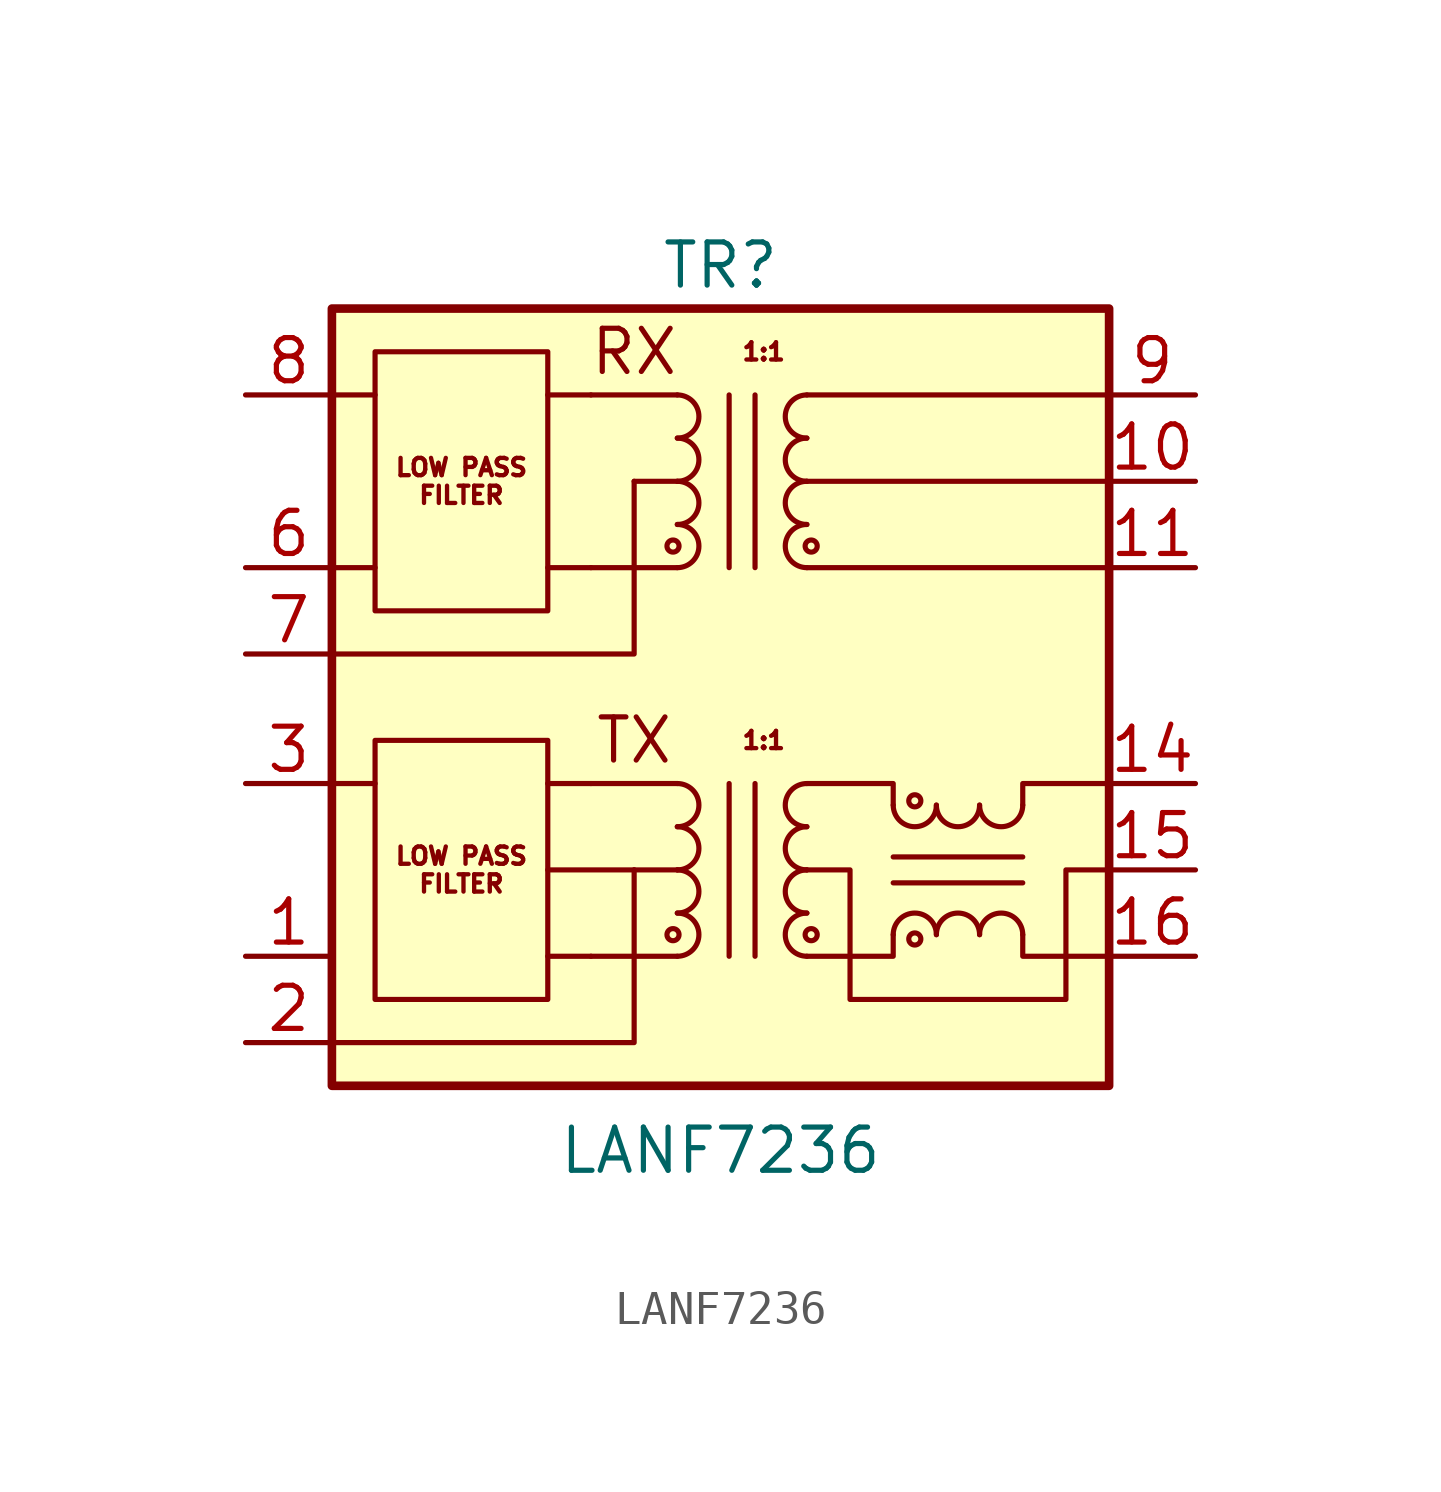
<source format=kicad_sym>
(kicad_symbol_lib
  (version 20220914)
  (generator kicad_symbol_editor)
  (symbol "LANF7236"
    (pin_names hide)
    (property "Reference" "TR"
      (at 0 11.43 0)
      (effects (font (size 1.27 1.27))))
    (property "Value" "LANF7236"
      (at 0 -14.605 0)
      (effects (font (size 1.27 1.27))))
    (symbol "LANF7236_0_1"
      (rectangle (start -11.43 10.16) (end 11.43 -12.7) (stroke (width 0.254) (type default)) (fill (type background)))
      (circle (center -1.397 3.175) (radius 0.178) (stroke (width 0) (type default)) (fill (type none)))
      (arc (start -1.27 6.35) (mid -0.6377 6.985) (end -1.27 7.62) (stroke (width 0) (type default)) (fill (type none)))
      (polyline (pts (xy -5.08 -6.35) (xy -2.54 -6.35)) (stroke (width 0) (type default)) (fill (type none)))
      (polyline (pts (xy -1.27 2.54) (xy -3.81 2.54)) (stroke (width 0) (type default)) (fill (type none)))
      (polyline (pts (xy -1.27 7.62) (xy -3.81 7.62)) (stroke (width 0) (type default)) (fill (type none)))
      (polyline (pts (xy 0.254 -3.81) (xy 0.254 -8.89)) (stroke (width 0) (type default)) (fill (type none)))
      (polyline (pts (xy 0.254 2.54) (xy 0.254 7.62)) (stroke (width 0) (type default)) (fill (type none)))
      (polyline (pts (xy 1.016 -8.89) (xy 1.016 -3.81)) (stroke (width 0) (type default)) (fill (type none)))
      (polyline (pts (xy 1.016 7.62) (xy 1.016 2.54)) (stroke (width 0) (type default)) (fill (type none)))
      (polyline (pts (xy 2.54 2.54) (xy 11.43 2.54)) (stroke (width 0) (type default)) (fill (type none)))
      (polyline (pts (xy 11.43 7.62) (xy 2.54 7.62)) (stroke (width 0) (type default)) (fill (type none))))
    (symbol "LANF7236_1_1"
      (rectangle (start -10.16 -2.54) (end -5.08 -10.16) (stroke (width 0) (type default)) (fill (type none)))
      (rectangle (start -10.16 8.89) (end -5.08 1.27) (stroke (width 0) (type default)) (fill (type none)))
      (circle (center -1.397 -8.255) (radius 0.178) (stroke (width 0) (type default)) (fill (type none)))
      (arc (start -1.27 -8.89) (mid -0.6377 -8.255) (end -1.27 -7.62) (stroke (width 0) (type default)) (fill (type none)))
      (arc (start -1.27 -7.62) (mid -0.6377 -6.985) (end -1.27 -6.35) (stroke (width 0) (type default)) (fill (type none)))
      (arc (start -1.27 -6.35) (mid -0.6377 -5.715) (end -1.27 -5.08) (stroke (width 0) (type default)) (fill (type none)))
      (arc (start -1.27 -5.08) (mid -0.6377 -4.445) (end -1.27 -3.81) (stroke (width 0) (type default)) (fill (type none)))
      (arc (start -1.27 2.54) (mid -0.6377 3.175) (end -1.27 3.81) (stroke (width 0) (type default)) (fill (type none)))
      (arc (start -1.27 3.81) (mid -0.6377 4.445) (end -1.27 5.08) (stroke (width 0) (type default)) (fill (type none)))
      (arc (start -1.27 5.08) (mid -0.6377 5.715) (end -1.27 6.35) (stroke (width 0) (type default)) (fill (type none)))
      (polyline (pts (xy -11.43 2.54) (xy -10.16 2.54)) (stroke (width 0) (type default)) (fill (type none)))
      (polyline (pts (xy -11.43 7.62) (xy -10.16 7.62)) (stroke (width 0) (type default)) (fill (type none)))
      (polyline (pts (xy -10.16 -3.81) (xy -11.43 -3.81)) (stroke (width 0) (type default)) (fill (type none)))
      (polyline (pts (xy -3.81 -8.89) (xy -5.08 -8.89)) (stroke (width 0) (type default)) (fill (type none)))
      (polyline (pts (xy -3.81 -3.81) (xy -5.08 -3.81)) (stroke (width 0) (type default)) (fill (type none)))
      (polyline (pts (xy -3.81 2.54) (xy -5.08 2.54)) (stroke (width 0) (type default)) (fill (type none)))
      (polyline (pts (xy -3.81 7.62) (xy -5.08 7.62)) (stroke (width 0) (type default)) (fill (type none)))
      (polyline (pts (xy -2.54 -6.35) (xy -1.27 -6.35)) (stroke (width 0) (type default)) (fill (type none)))
      (polyline (pts (xy -2.54 5.08) (xy -1.27 5.08)) (stroke (width 0) (type default)) (fill (type none)))
      (polyline (pts (xy -1.27 -8.89) (xy -3.81 -8.89)) (stroke (width 0) (type default)) (fill (type none)))
      (polyline (pts (xy -1.27 -3.81) (xy -3.81 -3.81)) (stroke (width 0) (type default)) (fill (type none)))
      (polyline (pts (xy 2.54 5.08) (xy 11.43 5.08)) (stroke (width 0) (type default)) (fill (type none)))
      (polyline (pts (xy 5.08 -6.731) (xy 8.89 -6.731)) (stroke (width 0) (type default)) (fill (type none)))
      (polyline (pts (xy 5.08 -5.969) (xy 8.89 -5.969)) (stroke (width 0) (type default)) (fill (type none)))
      (polyline (pts (xy -11.43 -11.43) (xy -2.54 -11.43) (xy -2.54 -6.35)) (stroke (width 0) (type default)) (fill (type none)))
      (polyline (pts (xy -11.43 0) (xy -2.54 0) (xy -2.54 5.08)) (stroke (width 0) (type default)) (fill (type none)))
      (polyline (pts (xy 2.54 -8.89) (xy 5.08 -8.89) (xy 5.08 -8.255)) (stroke (width 0) (type default)) (fill (type none)))
      (polyline (pts (xy 5.08 -4.445) (xy 5.08 -3.81) (xy 2.54 -3.81)) (stroke (width 0) (type default)) (fill (type none)))
      (polyline (pts (xy 8.89 -8.255) (xy 8.89 -8.89) (xy 11.43 -8.89)) (stroke (width 0) (type default)) (fill (type none)))
      (polyline (pts (xy 8.89 -4.445) (xy 8.89 -3.81) (xy 11.43 -3.81)) (stroke (width 0) (type default)) (fill (type none)))
      (polyline (pts (xy 11.43 -6.35) (xy 10.16 -6.35) (xy 10.16 -10.16) (xy 3.81 -10.16) (xy 3.81 -6.35) (xy 2.54 -6.35)) (stroke (width 0) (type default)) (fill (type none)))
      (arc (start 2.54 -7.62) (mid 1.9077 -8.255) (end 2.54 -8.89) (stroke (width 0) (type default)) (fill (type none)))
      (arc (start 2.54 -6.35) (mid 1.9077 -6.985) (end 2.54 -7.62) (stroke (width 0) (type default)) (fill (type none)))
      (arc (start 2.54 -5.08) (mid 1.9077 -5.715) (end 2.54 -6.35) (stroke (width 0) (type default)) (fill (type none)))
      (arc (start 2.54 -3.81) (mid 1.9077 -4.445) (end 2.54 -5.08) (stroke (width 0) (type default)) (fill (type none)))
      (arc (start 2.54 3.81) (mid 1.9077 3.175) (end 2.54 2.54) (stroke (width 0) (type default)) (fill (type none)))
      (arc (start 2.54 5.08) (mid 1.9077 4.445) (end 2.54 3.81) (stroke (width 0) (type default)) (fill (type none)))
      (arc (start 2.54 6.35) (mid 1.9077 5.715) (end 2.54 5.08) (stroke (width 0) (type default)) (fill (type none)))
      (arc (start 2.54 7.62) (mid 1.9077 6.985) (end 2.54 6.35) (stroke (width 0) (type default)) (fill (type none)))
      (circle (center 2.667 -8.255) (radius 0.178) (stroke (width 0) (type default)) (fill (type none)))
      (circle (center 2.667 3.175) (radius 0.178) (stroke (width 0) (type default)) (fill (type none)))
      (arc (start 5.08 -4.445) (mid 5.715 -5.0773) (end 6.35 -4.445) (stroke (width 0) (type default)) (fill (type none)))
      (circle (center 5.715 -8.382) (radius 0.178) (stroke (width 0) (type default)) (fill (type none)))
      (circle (center 5.715 -4.318) (radius 0.178) (stroke (width 0) (type default)) (fill (type none)))
      (arc (start 6.35 -8.255) (mid 5.715 -7.6227) (end 5.08 -8.255) (stroke (width 0) (type default)) (fill (type none)))
      (arc (start 6.35 -4.445) (mid 6.985 -5.0773) (end 7.62 -4.445) (stroke (width 0) (type default)) (fill (type none)))
      (arc (start 7.62 -8.255) (mid 6.985 -7.6227) (end 6.35 -8.255) (stroke (width 0) (type default)) (fill (type none)))
      (arc (start 7.62 -4.445) (mid 8.255 -5.0773) (end 8.89 -4.445) (stroke (width 0) (type default)) (fill (type none)))
      (arc (start 8.89 -8.255) (mid 8.255 -7.6227) (end 7.62 -8.255) (stroke (width 0) (type default)) (fill (type none)))
      (text "1:1" (at 1.27 -2.54 0) (effects (font (size 0.508 0.508))))
      (text "1:1" (at 1.27 8.89 0) (effects (font (size 0.508 0.508))))
      (text "LOW PASS\nFILTER" (at -7.62 -6.35 0) (effects (font (size 0.508 0.508))))
      (text "LOW PASS\nFILTER" (at -7.62 5.08 0) (effects (font (size 0.508 0.508))))
      (text "RX" (at -2.54 8.89 0) (effects (font (size 1.27 1.27))))
      (text "TX" (at -2.54 -2.54 0) (effects (font (size 1.27 1.27))))
      (pin passive line (at -13.97 -8.89 0) (length 2.54) (name "TD+" (effects (font (size 1.27 1.27)))) (number "1" (effects (font (size 1.27 1.27)))))
      (pin passive line (at 13.97 5.08 180) (length 2.54) (name "C_RX" (effects (font (size 1.27 1.27)))) (number "10" (effects (font (size 1.27 1.27)))))
      (pin passive line (at 13.97 2.54 180) (length 2.54) (name "RX+" (effects (font (size 1.27 1.27)))) (number "11" (effects (font (size 1.27 1.27)))))
      (pin passive line (at 13.97 -3.81 180) (length 2.54) (name "TX-" (effects (font (size 1.27 1.27)))) (number "14" (effects (font (size 1.27 1.27)))))
      (pin passive line (at 13.97 -6.35 180) (length 2.54) (name "C_TX" (effects (font (size 1.27 1.27)))) (number "15" (effects (font (size 1.27 1.27)))))
      (pin passive line (at 13.97 -8.89 180) (length 2.54) (name "TX+" (effects (font (size 1.27 1.27)))) (number "16" (effects (font (size 1.27 1.27)))))
      (pin passive line (at -13.97 -11.43 0) (length 2.54) (name "C_TD" (effects (font (size 1.27 1.27)))) (number "2" (effects (font (size 1.27 1.27)))))
      (pin passive line (at -13.97 -3.81 0) (length 2.54) (name "TD-" (effects (font (size 1.27 1.27)))) (number "3" (effects (font (size 1.27 1.27)))))
      (pin passive line (at -13.97 2.54 0) (length 2.54) (name "RD+" (effects (font (size 1.27 1.27)))) (number "6" (effects (font (size 1.27 1.27)))))
      (pin passive line (at -13.97 0 0) (length 2.54) (name "C_RD" (effects (font (size 1.27 1.27)))) (number "7" (effects (font (size 1.27 1.27)))))
      (pin passive line (at -13.97 7.62 0) (length 2.54) (name "RD-" (effects (font (size 1.27 1.27)))) (number "8" (effects (font (size 1.27 1.27)))))
      (pin passive line (at 13.97 7.62 180) (length 2.54) (name "RX-" (effects (font (size 1.27 1.27)))) (number "9" (effects (font (size 1.27 1.27))))))))
</source>
